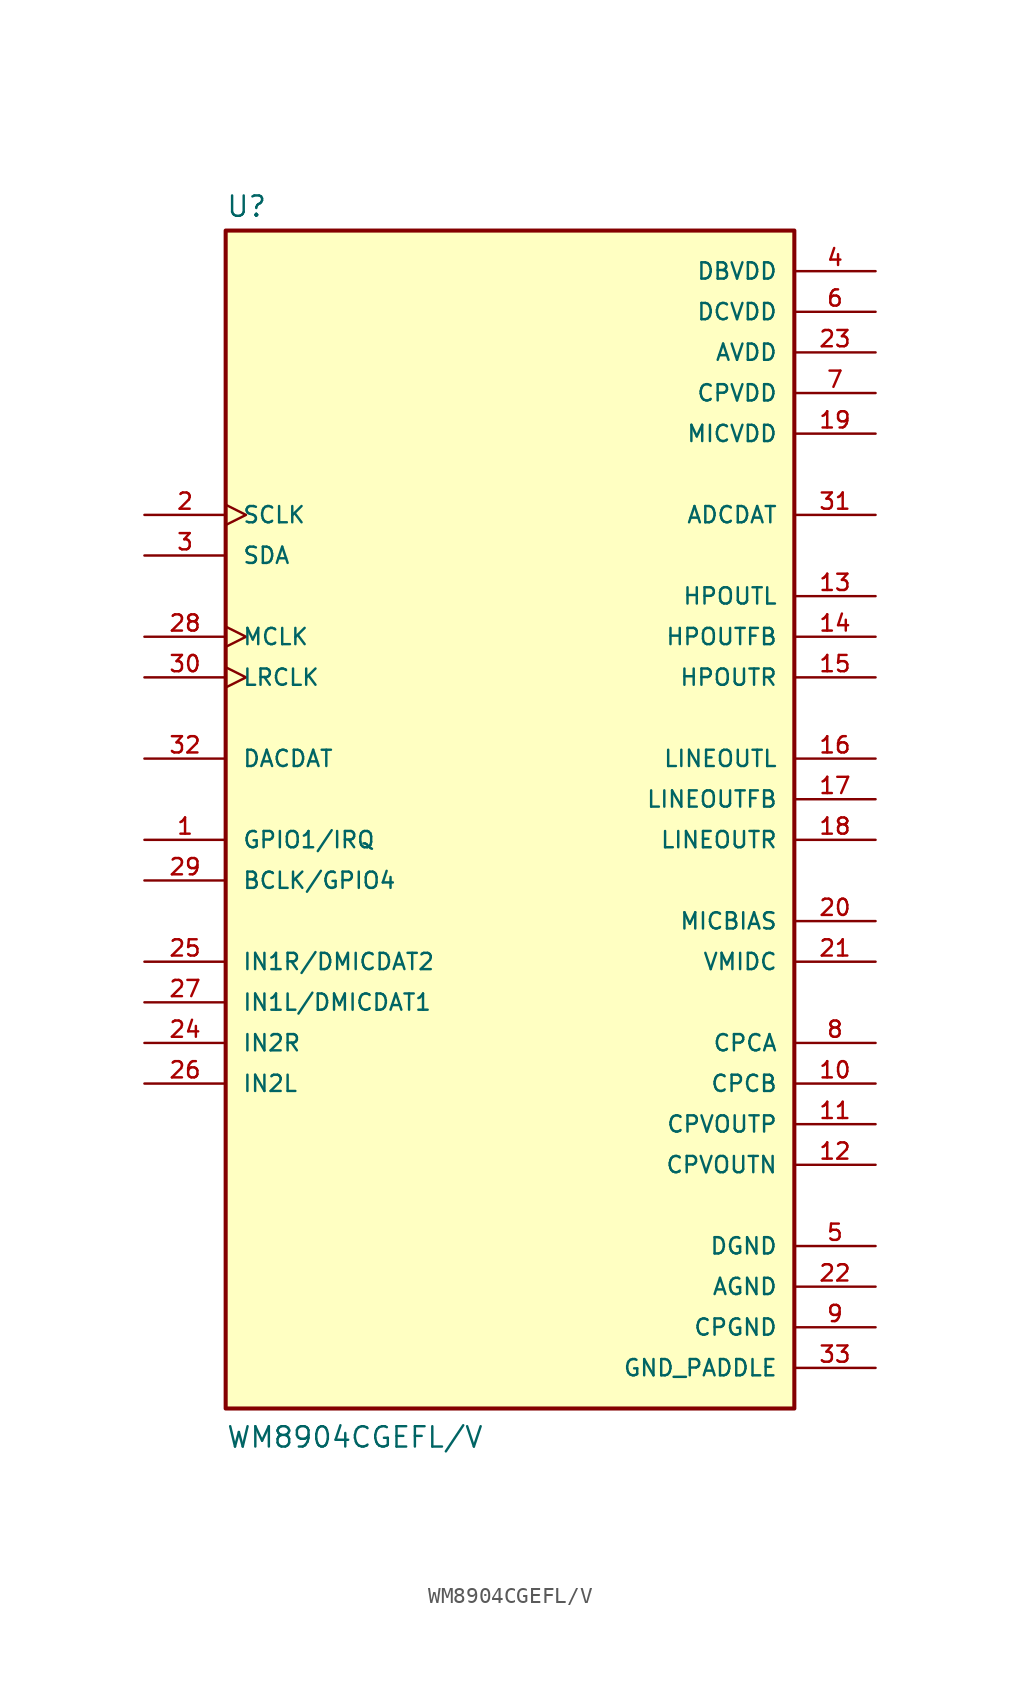
<source format=kicad_sym>
(kicad_symbol_lib
  (version 20220914)
  (generator kicad_symbol_editor)
  (symbol "WM8904CGEFL/V"
    (pin_names
      (offset 1.016))
    (property "Reference" "U"
      (at -17.78 36.322 0)
      (effects (font (size 1.27 1.27)) (justify left bottom)))
    (property "Value" "WM8904CGEFL/V"
      (at -17.78 -40.64 0)
      (effects (font (size 1.27 1.27)) (justify left bottom)))
    (property "ki_locked" ""
      (at 0 0 0)
      (effects (font (size 1.27 1.27))))
    (symbol "WM8904CGEFL/V_0_0"
      (rectangle (start -17.78 -38.1) (end 17.78 35.56) (stroke (width 0.254) (type solid)) (fill (type background)))
      (pin bidirectional line (at -22.86 -2.54 0) (length 5.08) (name "GPIO1/IRQ" (effects (font (size 1.016 1.016)))) (number "1" (effects (font (size 1.016 1.016)))))
      (pin output line (at 22.86 -17.78 180) (length 5.08) (name "CPCB" (effects (font (size 1.016 1.016)))) (number "10" (effects (font (size 1.016 1.016)))))
      (pin output line (at 22.86 -20.32 180) (length 5.08) (name "CPVOUTP" (effects (font (size 1.016 1.016)))) (number "11" (effects (font (size 1.016 1.016)))))
      (pin output line (at 22.86 -22.86 180) (length 5.08) (name "CPVOUTN" (effects (font (size 1.016 1.016)))) (number "12" (effects (font (size 1.016 1.016)))))
      (pin output line (at 22.86 12.7 180) (length 5.08) (name "HPOUTL" (effects (font (size 1.016 1.016)))) (number "13" (effects (font (size 1.016 1.016)))))
      (pin input line (at 22.86 10.16 180) (length 5.08) (name "HPOUTFB" (effects (font (size 1.016 1.016)))) (number "14" (effects (font (size 1.016 1.016)))))
      (pin output line (at 22.86 7.62 180) (length 5.08) (name "HPOUTR" (effects (font (size 1.016 1.016)))) (number "15" (effects (font (size 1.016 1.016)))))
      (pin output line (at 22.86 2.54 180) (length 5.08) (name "LINEOUTL" (effects (font (size 1.016 1.016)))) (number "16" (effects (font (size 1.016 1.016)))))
      (pin input line (at 22.86 0 180) (length 5.08) (name "LINEOUTFB" (effects (font (size 1.016 1.016)))) (number "17" (effects (font (size 1.016 1.016)))))
      (pin output line (at 22.86 -2.54 180) (length 5.08) (name "LINEOUTR" (effects (font (size 1.016 1.016)))) (number "18" (effects (font (size 1.016 1.016)))))
      (pin power_in line (at 22.86 22.86 180) (length 5.08) (name "MICVDD" (effects (font (size 1.016 1.016)))) (number "19" (effects (font (size 1.016 1.016)))))
      (pin input clock (at -22.86 17.78 0) (length 5.08) (name "SCLK" (effects (font (size 1.016 1.016)))) (number "2" (effects (font (size 1.016 1.016)))))
      (pin output line (at 22.86 -7.62 180) (length 5.08) (name "MICBIAS" (effects (font (size 1.016 1.016)))) (number "20" (effects (font (size 1.016 1.016)))))
      (pin passive line (at 22.86 -10.16 180) (length 5.08) (name "VMIDC" (effects (font (size 1.016 1.016)))) (number "21" (effects (font (size 1.016 1.016)))))
      (pin power_in line (at 22.86 -30.48 180) (length 5.08) (name "AGND" (effects (font (size 1.016 1.016)))) (number "22" (effects (font (size 1.016 1.016)))))
      (pin power_in line (at 22.86 27.94 180) (length 5.08) (name "AVDD" (effects (font (size 1.016 1.016)))) (number "23" (effects (font (size 1.016 1.016)))))
      (pin input line (at -22.86 -15.24 0) (length 5.08) (name "IN2R" (effects (font (size 1.016 1.016)))) (number "24" (effects (font (size 1.016 1.016)))))
      (pin input line (at -22.86 -10.16 0) (length 5.08) (name "IN1R/DMICDAT2" (effects (font (size 1.016 1.016)))) (number "25" (effects (font (size 1.016 1.016)))))
      (pin input line (at -22.86 -17.78 0) (length 5.08) (name "IN2L" (effects (font (size 1.016 1.016)))) (number "26" (effects (font (size 1.016 1.016)))))
      (pin input line (at -22.86 -12.7 0) (length 5.08) (name "IN1L/DMICDAT1" (effects (font (size 1.016 1.016)))) (number "27" (effects (font (size 1.016 1.016)))))
      (pin input clock (at -22.86 10.16 0) (length 5.08) (name "MCLK" (effects (font (size 1.016 1.016)))) (number "28" (effects (font (size 1.016 1.016)))))
      (pin bidirectional line (at -22.86 -5.08 0) (length 5.08) (name "BCLK/GPIO4" (effects (font (size 1.016 1.016)))) (number "29" (effects (font (size 1.016 1.016)))))
      (pin bidirectional line (at -22.86 15.24 0) (length 5.08) (name "SDA" (effects (font (size 1.016 1.016)))) (number "3" (effects (font (size 1.016 1.016)))))
      (pin bidirectional clock (at -22.86 7.62 0) (length 5.08) (name "LRCLK" (effects (font (size 1.016 1.016)))) (number "30" (effects (font (size 1.016 1.016)))))
      (pin output line (at 22.86 17.78 180) (length 5.08) (name "ADCDAT" (effects (font (size 1.016 1.016)))) (number "31" (effects (font (size 1.016 1.016)))))
      (pin input line (at -22.86 2.54 0) (length 5.08) (name "DACDAT" (effects (font (size 1.016 1.016)))) (number "32" (effects (font (size 1.016 1.016)))))
      (pin power_in line (at 22.86 -35.56 180) (length 5.08) (name "GND_PADDLE" (effects (font (size 1.016 1.016)))) (number "33" (effects (font (size 1.016 1.016)))))
      (pin power_in line (at 22.86 33.02 180) (length 5.08) (name "DBVDD" (effects (font (size 1.016 1.016)))) (number "4" (effects (font (size 1.016 1.016)))))
      (pin power_in line (at 22.86 -27.94 180) (length 5.08) (name "DGND" (effects (font (size 1.016 1.016)))) (number "5" (effects (font (size 1.016 1.016)))))
      (pin power_in line (at 22.86 30.48 180) (length 5.08) (name "DCVDD" (effects (font (size 1.016 1.016)))) (number "6" (effects (font (size 1.016 1.016)))))
      (pin power_in line (at 22.86 25.4 180) (length 5.08) (name "CPVDD" (effects (font (size 1.016 1.016)))) (number "7" (effects (font (size 1.016 1.016)))))
      (pin output line (at 22.86 -15.24 180) (length 5.08) (name "CPCA" (effects (font (size 1.016 1.016)))) (number "8" (effects (font (size 1.016 1.016)))))
      (pin power_in line (at 22.86 -33.02 180) (length 5.08) (name "CPGND" (effects (font (size 1.016 1.016)))) (number "9" (effects (font (size 1.016 1.016))))))))
</source>
